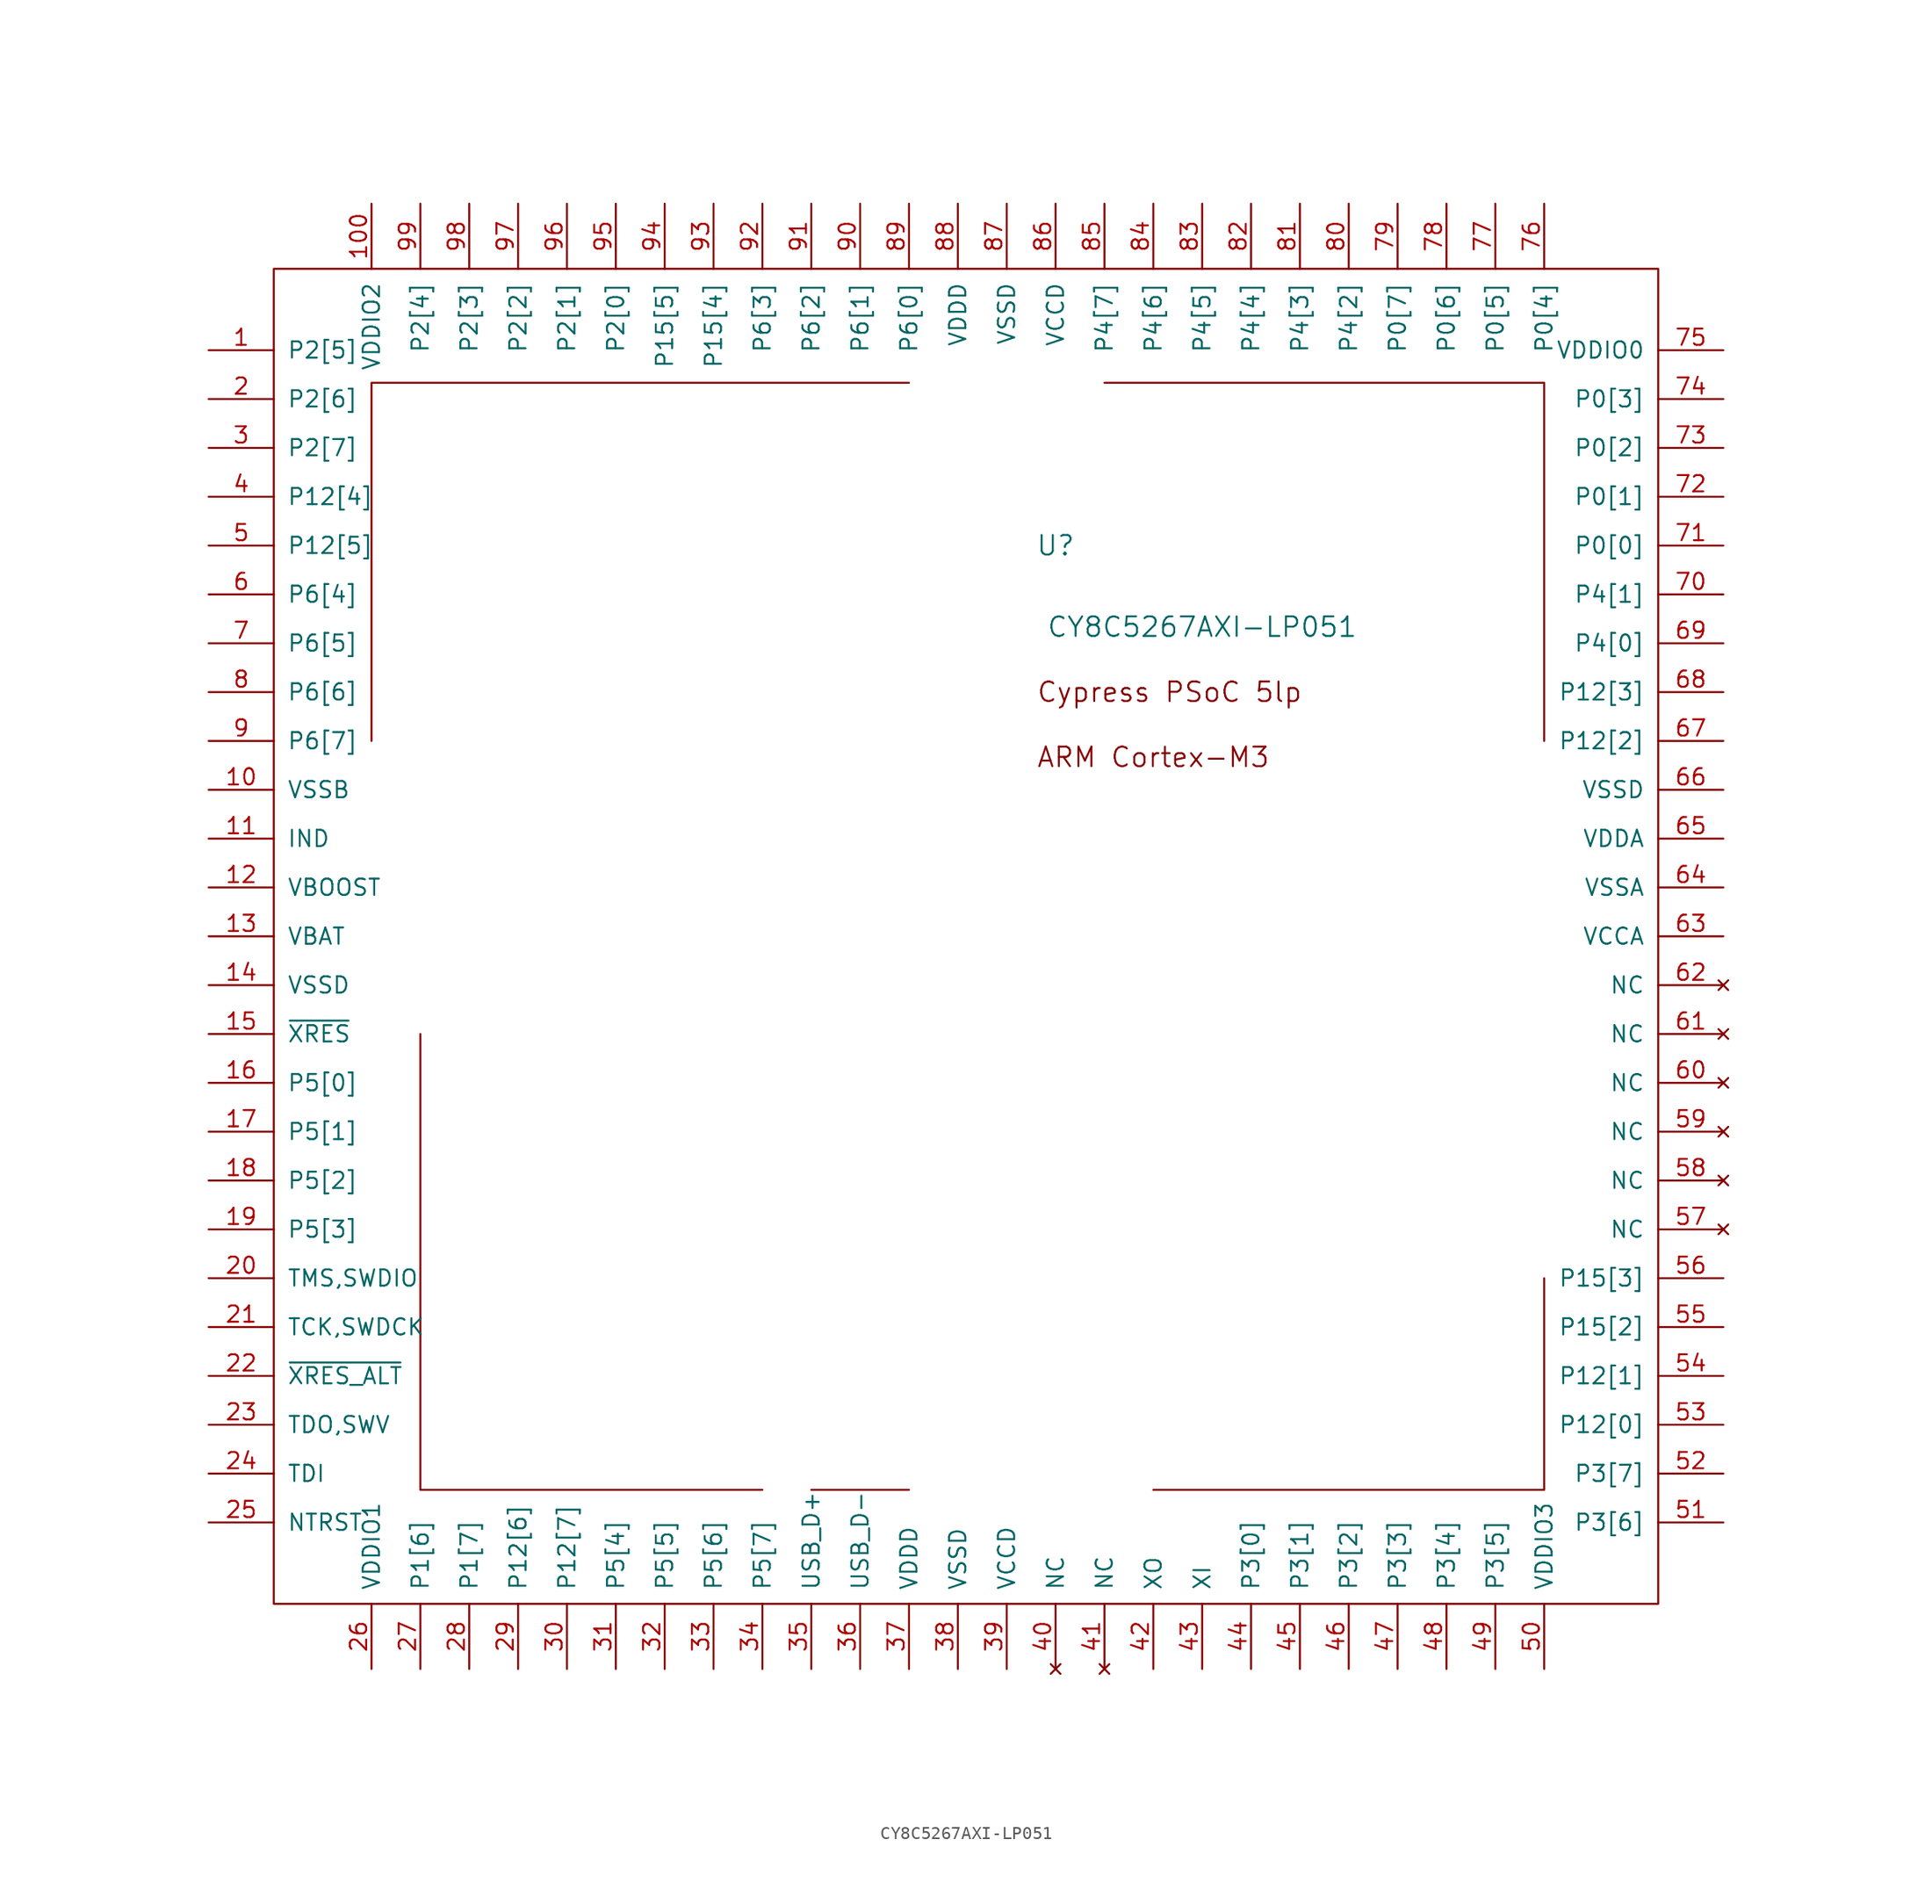
<source format=kicad_sym>
(kicad_symbol_lib
  (version 20220914)
  (generator kicad_symbol_editor)
  (symbol "CY8C5267AXI-LP051"
    (pin_names
      (offset 1.016))
    (property "Reference" "U"
      (at 5.08 25.4 0)
      (effects (font (size 1.524 1.524))))
    (property "Value" "CY8C5267AXI-LP051"
      (at 16.51 19.05 0)
      (effects (font (size 1.524 1.524))))
    (symbol "CY8C5267AXI-LP051_0_0"
      (text "ARM Cortex-M3" (at 12.7 8.89 0) (effects (font (size 1.524 1.524))))
      (text "Cypress PSoC 5lp" (at 13.97 13.97 0) (effects (font (size 1.524 1.524)))))
    (symbol "CY8C5267AXI-LP051_0_1"
      (rectangle (start -55.88 46.99) (end 52.07 -57.15) (stroke (width 0) (type solid)) (fill (type none)))
      (polyline (pts (xy -13.97 -48.26) (xy -6.35 -48.26)) (stroke (width 0) (type solid)) (fill (type none)))
      (polyline (pts (xy -48.26 10.16) (xy -48.26 38.1) (xy -6.35 38.1)) (stroke (width 0) (type solid)) (fill (type none)))
      (polyline (pts (xy -44.45 -12.7) (xy -44.45 -48.26) (xy -17.78 -48.26)) (stroke (width 0) (type solid)) (fill (type none)))
      (polyline (pts (xy 8.89 38.1) (xy 43.18 38.1) (xy 43.18 10.16)) (stroke (width 0) (type solid)) (fill (type none)))
      (polyline (pts (xy 12.7 -48.26) (xy 43.18 -48.26) (xy 43.18 -31.75)) (stroke (width 0) (type solid)) (fill (type none))))
    (symbol "CY8C5267AXI-LP051_1_1"
      (pin bidirectional line (at -60.96 40.64 0) (length 5.08) (name "P2[5]" (effects (font (size 1.27 1.27)))) (number "1" (effects (font (size 1.27 1.27)))))
      (pin power_in line (at -60.96 6.35 0) (length 5.08) (name "VSSB" (effects (font (size 1.27 1.27)))) (number "10" (effects (font (size 1.27 1.27)))))
      (pin power_in line (at -48.26 52.07 270) (length 5.08) (name "VDDIO2" (effects (font (size 1.27 1.27)))) (number "100" (effects (font (size 1.27 1.27)))))
      (pin unspecified line (at -60.96 2.54 0) (length 5.08) (name "IND" (effects (font (size 1.27 1.27)))) (number "11" (effects (font (size 1.27 1.27)))))
      (pin unspecified line (at -60.96 -1.27 0) (length 5.08) (name "VBOOST" (effects (font (size 1.27 1.27)))) (number "12" (effects (font (size 1.27 1.27)))))
      (pin unspecified line (at -60.96 -5.08 0) (length 5.08) (name "VBAT" (effects (font (size 1.27 1.27)))) (number "13" (effects (font (size 1.27 1.27)))))
      (pin power_in line (at -60.96 -8.89 0) (length 5.08) (name "VSSD" (effects (font (size 1.27 1.27)))) (number "14" (effects (font (size 1.27 1.27)))))
      (pin input line (at -60.96 -12.7 0) (length 5.08) (name "~{XRES}" (effects (font (size 1.27 1.27)))) (number "15" (effects (font (size 1.27 1.27)))))
      (pin bidirectional line (at -60.96 -16.51 0) (length 5.08) (name "P5[0]" (effects (font (size 1.27 1.27)))) (number "16" (effects (font (size 1.27 1.27)))))
      (pin bidirectional line (at -60.96 -20.32 0) (length 5.08) (name "P5[1]" (effects (font (size 1.27 1.27)))) (number "17" (effects (font (size 1.27 1.27)))))
      (pin bidirectional line (at -60.96 -24.13 0) (length 5.08) (name "P5[2]" (effects (font (size 1.27 1.27)))) (number "18" (effects (font (size 1.27 1.27)))))
      (pin bidirectional line (at -60.96 -27.94 0) (length 5.08) (name "P5[3]" (effects (font (size 1.27 1.27)))) (number "19" (effects (font (size 1.27 1.27)))))
      (pin bidirectional line (at -60.96 36.83 0) (length 5.08) (name "P2[6]" (effects (font (size 1.27 1.27)))) (number "2" (effects (font (size 1.27 1.27)))))
      (pin bidirectional line (at -60.96 -31.75 0) (length 5.08) (name "TMS,SWDIO" (effects (font (size 1.27 1.27)))) (number "20" (effects (font (size 1.27 1.27)))))
      (pin input line (at -60.96 -35.56 0) (length 5.08) (name "TCK,SWDCK" (effects (font (size 1.27 1.27)))) (number "21" (effects (font (size 1.27 1.27)))))
      (pin input line (at -60.96 -39.37 0) (length 5.08) (name "~{XRES_ALT}" (effects (font (size 1.27 1.27)))) (number "22" (effects (font (size 1.27 1.27)))))
      (pin output line (at -60.96 -43.18 0) (length 5.08) (name "TDO,SWV" (effects (font (size 1.27 1.27)))) (number "23" (effects (font (size 1.27 1.27)))))
      (pin input line (at -60.96 -46.99 0) (length 5.08) (name "TDI" (effects (font (size 1.27 1.27)))) (number "24" (effects (font (size 1.27 1.27)))))
      (pin input line (at -60.96 -50.8 0) (length 5.08) (name "NTRST" (effects (font (size 1.27 1.27)))) (number "25" (effects (font (size 1.27 1.27)))))
      (pin power_in line (at -48.26 -62.23 90) (length 5.08) (name "VDDIO1" (effects (font (size 1.27 1.27)))) (number "26" (effects (font (size 1.27 1.27)))))
      (pin bidirectional line (at -44.45 -62.23 90) (length 5.08) (name "P1[6]" (effects (font (size 1.27 1.27)))) (number "27" (effects (font (size 1.27 1.27)))))
      (pin bidirectional line (at -40.64 -62.23 90) (length 5.08) (name "P1[7]" (effects (font (size 1.27 1.27)))) (number "28" (effects (font (size 1.27 1.27)))))
      (pin bidirectional line (at -36.83 -62.23 90) (length 5.08) (name "P12[6]" (effects (font (size 1.27 1.27)))) (number "29" (effects (font (size 1.27 1.27)))))
      (pin bidirectional line (at -60.96 33.02 0) (length 5.08) (name "P2[7]" (effects (font (size 1.27 1.27)))) (number "3" (effects (font (size 1.27 1.27)))))
      (pin bidirectional line (at -33.02 -62.23 90) (length 5.08) (name "P12[7]" (effects (font (size 1.27 1.27)))) (number "30" (effects (font (size 1.27 1.27)))))
      (pin bidirectional line (at -29.21 -62.23 90) (length 5.08) (name "P5[4]" (effects (font (size 1.27 1.27)))) (number "31" (effects (font (size 1.27 1.27)))))
      (pin power_in line (at -25.4 -62.23 90) (length 5.08) (name "P5[5]" (effects (font (size 1.27 1.27)))) (number "32" (effects (font (size 1.27 1.27)))))
      (pin power_in line (at -21.59 -62.23 90) (length 5.08) (name "P5[6]" (effects (font (size 1.27 1.27)))) (number "33" (effects (font (size 1.27 1.27)))))
      (pin bidirectional line (at -17.78 -62.23 90) (length 5.08) (name "P5[7]" (effects (font (size 1.27 1.27)))) (number "34" (effects (font (size 1.27 1.27)))))
      (pin bidirectional line (at -13.97 -62.23 90) (length 5.08) (name "USB_D+" (effects (font (size 1.27 1.27)))) (number "35" (effects (font (size 1.27 1.27)))))
      (pin bidirectional line (at -10.16 -62.23 90) (length 5.08) (name "USB_D-" (effects (font (size 1.27 1.27)))) (number "36" (effects (font (size 1.27 1.27)))))
      (pin power_in line (at -6.35 -62.23 90) (length 5.08) (name "VDDD" (effects (font (size 1.27 1.27)))) (number "37" (effects (font (size 1.27 1.27)))))
      (pin power_in line (at -2.54 -62.23 90) (length 5.08) (name "VSSD" (effects (font (size 1.27 1.27)))) (number "38" (effects (font (size 1.27 1.27)))))
      (pin power_in line (at 1.27 -62.23 90) (length 5.08) (name "VCCD" (effects (font (size 1.27 1.27)))) (number "39" (effects (font (size 1.27 1.27)))))
      (pin bidirectional line (at -60.96 29.21 0) (length 5.08) (name "P12[4]" (effects (font (size 1.27 1.27)))) (number "4" (effects (font (size 1.27 1.27)))))
      (pin no_connect line (at 5.08 -62.23 90) (length 5.08) (name "NC" (effects (font (size 1.27 1.27)))) (number "40" (effects (font (size 1.27 1.27)))))
      (pin no_connect line (at 8.89 -62.23 90) (length 5.08) (name "NC" (effects (font (size 1.27 1.27)))) (number "41" (effects (font (size 1.27 1.27)))))
      (pin unspecified line (at 12.7 -62.23 90) (length 5.08) (name "XO" (effects (font (size 1.27 1.27)))) (number "42" (effects (font (size 1.27 1.27)))))
      (pin unspecified line (at 16.51 -62.23 90) (length 5.08) (name "XI" (effects (font (size 1.27 1.27)))) (number "43" (effects (font (size 1.27 1.27)))))
      (pin bidirectional line (at 20.32 -62.23 90) (length 5.08) (name "P3[0]" (effects (font (size 1.27 1.27)))) (number "44" (effects (font (size 1.27 1.27)))))
      (pin bidirectional line (at 24.13 -62.23 90) (length 5.08) (name "P3[1]" (effects (font (size 1.27 1.27)))) (number "45" (effects (font (size 1.27 1.27)))))
      (pin bidirectional line (at 27.94 -62.23 90) (length 5.08) (name "P3[2]" (effects (font (size 1.27 1.27)))) (number "46" (effects (font (size 1.27 1.27)))))
      (pin bidirectional line (at 31.75 -62.23 90) (length 5.08) (name "P3[3]" (effects (font (size 1.27 1.27)))) (number "47" (effects (font (size 1.27 1.27)))))
      (pin bidirectional line (at 35.56 -62.23 90) (length 5.08) (name "P3[4]" (effects (font (size 1.27 1.27)))) (number "48" (effects (font (size 1.27 1.27)))))
      (pin bidirectional line (at 39.37 -62.23 90) (length 5.08) (name "P3[5]" (effects (font (size 1.27 1.27)))) (number "49" (effects (font (size 1.27 1.27)))))
      (pin bidirectional line (at -60.96 25.4 0) (length 5.08) (name "P12[5]" (effects (font (size 1.27 1.27)))) (number "5" (effects (font (size 1.27 1.27)))))
      (pin power_in line (at 43.18 -62.23 90) (length 5.08) (name "VDDIO3" (effects (font (size 1.27 1.27)))) (number "50" (effects (font (size 1.27 1.27)))))
      (pin bidirectional line (at 57.15 -50.8 180) (length 5.08) (name "P3[6]" (effects (font (size 1.27 1.27)))) (number "51" (effects (font (size 1.27 1.27)))))
      (pin bidirectional line (at 57.15 -46.99 180) (length 5.08) (name "P3[7]" (effects (font (size 1.27 1.27)))) (number "52" (effects (font (size 1.27 1.27)))))
      (pin bidirectional line (at 57.15 -43.18 180) (length 5.08) (name "P12[0]" (effects (font (size 1.27 1.27)))) (number "53" (effects (font (size 1.27 1.27)))))
      (pin bidirectional line (at 57.15 -39.37 180) (length 5.08) (name "P12[1]" (effects (font (size 1.27 1.27)))) (number "54" (effects (font (size 1.27 1.27)))))
      (pin bidirectional line (at 57.15 -35.56 180) (length 5.08) (name "P15[2]" (effects (font (size 1.27 1.27)))) (number "55" (effects (font (size 1.27 1.27)))))
      (pin bidirectional line (at 57.15 -31.75 180) (length 5.08) (name "P15[3]" (effects (font (size 1.27 1.27)))) (number "56" (effects (font (size 1.27 1.27)))))
      (pin no_connect line (at 57.15 -27.94 180) (length 5.08) (name "NC" (effects (font (size 1.27 1.27)))) (number "57" (effects (font (size 1.27 1.27)))))
      (pin no_connect line (at 57.15 -24.13 180) (length 5.08) (name "NC" (effects (font (size 1.27 1.27)))) (number "58" (effects (font (size 1.27 1.27)))))
      (pin no_connect line (at 57.15 -20.32 180) (length 5.08) (name "NC" (effects (font (size 1.27 1.27)))) (number "59" (effects (font (size 1.27 1.27)))))
      (pin bidirectional line (at -60.96 21.59 0) (length 5.08) (name "P6[4]" (effects (font (size 1.27 1.27)))) (number "6" (effects (font (size 1.27 1.27)))))
      (pin no_connect line (at 57.15 -16.51 180) (length 5.08) (name "NC" (effects (font (size 1.27 1.27)))) (number "60" (effects (font (size 1.27 1.27)))))
      (pin no_connect line (at 57.15 -12.7 180) (length 5.08) (name "NC" (effects (font (size 1.27 1.27)))) (number "61" (effects (font (size 1.27 1.27)))))
      (pin no_connect line (at 57.15 -8.89 180) (length 5.08) (name "NC" (effects (font (size 1.27 1.27)))) (number "62" (effects (font (size 1.27 1.27)))))
      (pin power_in line (at 57.15 -5.08 180) (length 5.08) (name "VCCA" (effects (font (size 1.27 1.27)))) (number "63" (effects (font (size 1.27 1.27)))))
      (pin power_in line (at 57.15 -1.27 180) (length 5.08) (name "VSSA" (effects (font (size 1.27 1.27)))) (number "64" (effects (font (size 1.27 1.27)))))
      (pin power_in line (at 57.15 2.54 180) (length 5.08) (name "VDDA" (effects (font (size 1.27 1.27)))) (number "65" (effects (font (size 1.27 1.27)))))
      (pin power_in line (at 57.15 6.35 180) (length 5.08) (name "VSSD" (effects (font (size 1.27 1.27)))) (number "66" (effects (font (size 1.27 1.27)))))
      (pin bidirectional line (at 57.15 10.16 180) (length 5.08) (name "P12[2]" (effects (font (size 1.27 1.27)))) (number "67" (effects (font (size 1.27 1.27)))))
      (pin bidirectional line (at 57.15 13.97 180) (length 5.08) (name "P12[3]" (effects (font (size 1.27 1.27)))) (number "68" (effects (font (size 1.27 1.27)))))
      (pin bidirectional line (at 57.15 17.78 180) (length 5.08) (name "P4[0]" (effects (font (size 1.27 1.27)))) (number "69" (effects (font (size 1.27 1.27)))))
      (pin bidirectional line (at -60.96 17.78 0) (length 5.08) (name "P6[5]" (effects (font (size 1.27 1.27)))) (number "7" (effects (font (size 1.27 1.27)))))
      (pin bidirectional line (at 57.15 21.59 180) (length 5.08) (name "P4[1]" (effects (font (size 1.27 1.27)))) (number "70" (effects (font (size 1.27 1.27)))))
      (pin bidirectional line (at 57.15 25.4 180) (length 5.08) (name "P0[0]" (effects (font (size 1.27 1.27)))) (number "71" (effects (font (size 1.27 1.27)))))
      (pin bidirectional line (at 57.15 29.21 180) (length 5.08) (name "P0[1]" (effects (font (size 1.27 1.27)))) (number "72" (effects (font (size 1.27 1.27)))))
      (pin bidirectional line (at 57.15 33.02 180) (length 5.08) (name "P0[2]" (effects (font (size 1.27 1.27)))) (number "73" (effects (font (size 1.27 1.27)))))
      (pin bidirectional line (at 57.15 36.83 180) (length 5.08) (name "P0[3]" (effects (font (size 1.27 1.27)))) (number "74" (effects (font (size 1.27 1.27)))))
      (pin power_in line (at 57.15 40.64 180) (length 5.08) (name "VDDIO0" (effects (font (size 1.27 1.27)))) (number "75" (effects (font (size 1.27 1.27)))))
      (pin bidirectional line (at 43.18 52.07 270) (length 5.08) (name "P0[4]" (effects (font (size 1.27 1.27)))) (number "76" (effects (font (size 1.27 1.27)))))
      (pin bidirectional line (at 39.37 52.07 270) (length 5.08) (name "P0[5]" (effects (font (size 1.27 1.27)))) (number "77" (effects (font (size 1.27 1.27)))))
      (pin bidirectional line (at 35.56 52.07 270) (length 5.08) (name "P0[6]" (effects (font (size 1.27 1.27)))) (number "78" (effects (font (size 1.27 1.27)))))
      (pin bidirectional line (at 31.75 52.07 270) (length 5.08) (name "P0[7]" (effects (font (size 1.27 1.27)))) (number "79" (effects (font (size 1.27 1.27)))))
      (pin bidirectional line (at -60.96 13.97 0) (length 5.08) (name "P6[6]" (effects (font (size 1.27 1.27)))) (number "8" (effects (font (size 1.27 1.27)))))
      (pin bidirectional line (at 27.94 52.07 270) (length 5.08) (name "P4[2]" (effects (font (size 1.27 1.27)))) (number "80" (effects (font (size 1.27 1.27)))))
      (pin bidirectional line (at 24.13 52.07 270) (length 5.08) (name "P4[3]" (effects (font (size 1.27 1.27)))) (number "81" (effects (font (size 1.27 1.27)))))
      (pin bidirectional line (at 20.32 52.07 270) (length 5.08) (name "P4[4]" (effects (font (size 1.27 1.27)))) (number "82" (effects (font (size 1.27 1.27)))))
      (pin bidirectional line (at 16.51 52.07 270) (length 5.08) (name "P4[5]" (effects (font (size 1.27 1.27)))) (number "83" (effects (font (size 1.27 1.27)))))
      (pin bidirectional line (at 12.7 52.07 270) (length 5.08) (name "P4[6]" (effects (font (size 1.27 1.27)))) (number "84" (effects (font (size 1.27 1.27)))))
      (pin bidirectional line (at 8.89 52.07 270) (length 5.08) (name "P4[7]" (effects (font (size 1.27 1.27)))) (number "85" (effects (font (size 1.27 1.27)))))
      (pin power_in line (at 5.08 52.07 270) (length 5.08) (name "VCCD" (effects (font (size 1.27 1.27)))) (number "86" (effects (font (size 1.27 1.27)))))
      (pin power_in line (at 1.27 52.07 270) (length 5.08) (name "VSSD" (effects (font (size 1.27 1.27)))) (number "87" (effects (font (size 1.27 1.27)))))
      (pin power_in line (at -2.54 52.07 270) (length 5.08) (name "VDDD" (effects (font (size 1.27 1.27)))) (number "88" (effects (font (size 1.27 1.27)))))
      (pin bidirectional line (at -6.35 52.07 270) (length 5.08) (name "P6[0]" (effects (font (size 1.27 1.27)))) (number "89" (effects (font (size 1.27 1.27)))))
      (pin bidirectional line (at -60.96 10.16 0) (length 5.08) (name "P6[7]" (effects (font (size 1.27 1.27)))) (number "9" (effects (font (size 1.27 1.27)))))
      (pin bidirectional line (at -10.16 52.07 270) (length 5.08) (name "P6[1]" (effects (font (size 1.27 1.27)))) (number "90" (effects (font (size 1.27 1.27)))))
      (pin bidirectional line (at -13.97 52.07 270) (length 5.08) (name "P6[2]" (effects (font (size 1.27 1.27)))) (number "91" (effects (font (size 1.27 1.27)))))
      (pin bidirectional line (at -17.78 52.07 270) (length 5.08) (name "P6[3]" (effects (font (size 1.27 1.27)))) (number "92" (effects (font (size 1.27 1.27)))))
      (pin bidirectional line (at -21.59 52.07 270) (length 5.08) (name "P15[4]" (effects (font (size 1.27 1.27)))) (number "93" (effects (font (size 1.27 1.27)))))
      (pin bidirectional line (at -25.4 52.07 270) (length 5.08) (name "P15[5]" (effects (font (size 1.27 1.27)))) (number "94" (effects (font (size 1.27 1.27)))))
      (pin bidirectional line (at -29.21 52.07 270) (length 5.08) (name "P2[0]" (effects (font (size 1.27 1.27)))) (number "95" (effects (font (size 1.27 1.27)))))
      (pin bidirectional line (at -33.02 52.07 270) (length 5.08) (name "P2[1]" (effects (font (size 1.27 1.27)))) (number "96" (effects (font (size 1.27 1.27)))))
      (pin bidirectional line (at -36.83 52.07 270) (length 5.08) (name "P2[2]" (effects (font (size 1.27 1.27)))) (number "97" (effects (font (size 1.27 1.27)))))
      (pin bidirectional line (at -40.64 52.07 270) (length 5.08) (name "P2[3]" (effects (font (size 1.27 1.27)))) (number "98" (effects (font (size 1.27 1.27)))))
      (pin bidirectional line (at -44.45 52.07 270) (length 5.08) (name "P2[4]" (effects (font (size 1.27 1.27)))) (number "99" (effects (font (size 1.27 1.27))))))))
</source>
